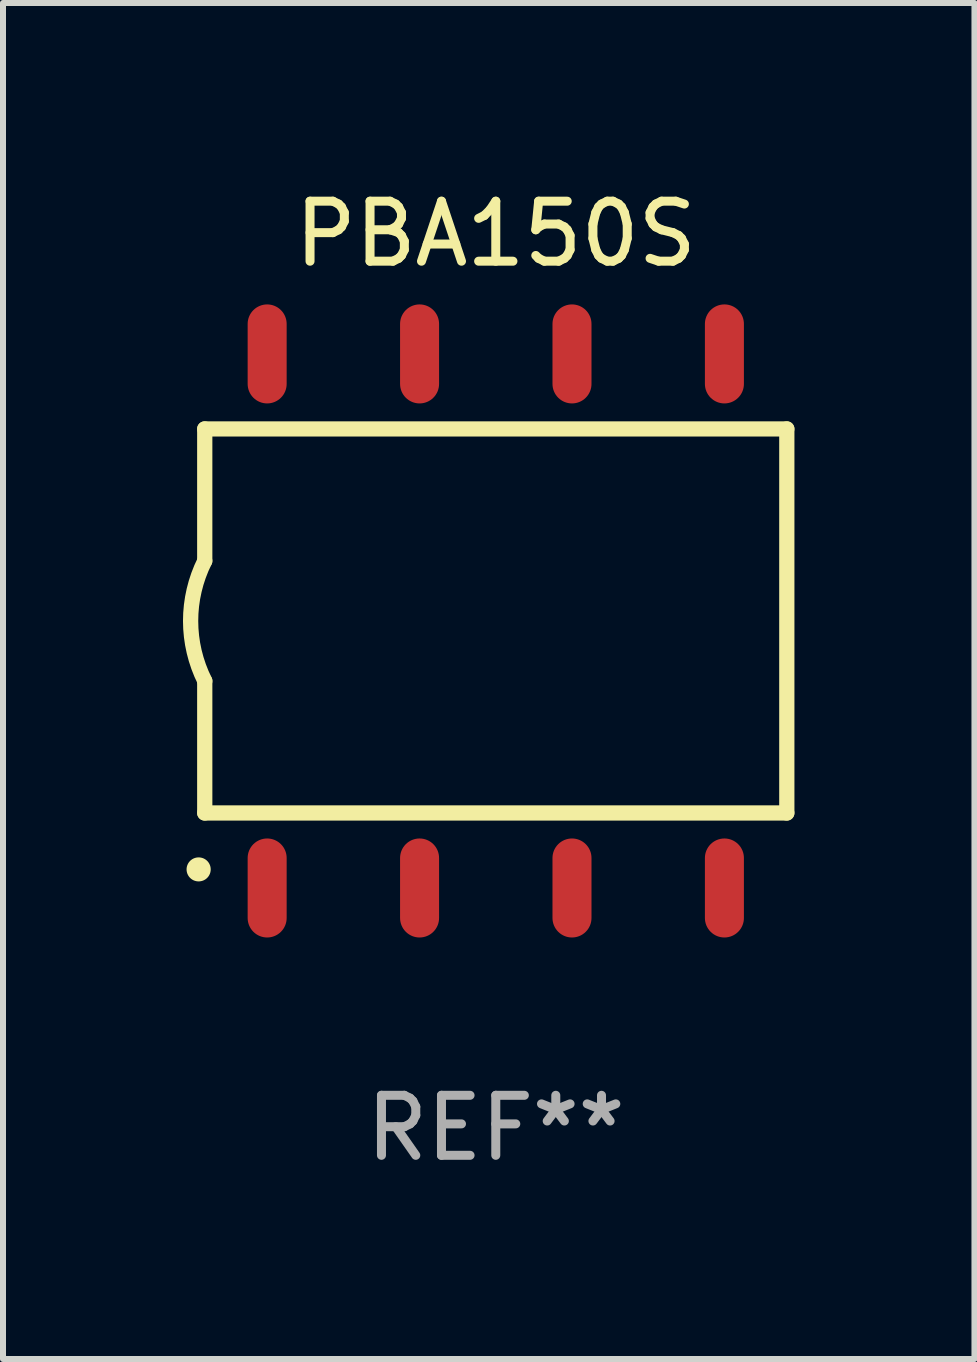
<source format=kicad_pcb>
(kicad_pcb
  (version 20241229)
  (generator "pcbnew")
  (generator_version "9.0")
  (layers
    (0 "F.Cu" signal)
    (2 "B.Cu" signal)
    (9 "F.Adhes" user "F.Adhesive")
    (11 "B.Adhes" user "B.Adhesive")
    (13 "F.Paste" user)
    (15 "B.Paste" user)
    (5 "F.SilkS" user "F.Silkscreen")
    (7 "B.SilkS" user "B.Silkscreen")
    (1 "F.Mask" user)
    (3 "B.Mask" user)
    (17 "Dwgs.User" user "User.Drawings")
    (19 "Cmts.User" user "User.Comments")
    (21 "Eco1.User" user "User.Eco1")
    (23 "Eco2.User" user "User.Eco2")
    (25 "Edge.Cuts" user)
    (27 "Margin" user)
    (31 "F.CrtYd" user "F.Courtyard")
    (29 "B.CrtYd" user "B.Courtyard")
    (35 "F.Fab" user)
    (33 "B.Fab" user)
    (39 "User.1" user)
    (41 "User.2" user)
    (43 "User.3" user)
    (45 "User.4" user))
  (footprint "PBA150S"
    (layer "F.Cu")
    (at 5.212 7.298)
    (property "Reference" "PBA150S" (at 0 -6.45 0) (layer "F.SilkS") (effects (font (size 1 1) (thickness 0.15))))
    (attr through_hole)
    (fp_line (start -4.85 -3.2) (end -4.85 -1) (stroke (width 0.254) (type solid)) (layer "F.SilkS"))
    (fp_line (start -4.85 -3.2) (end 4.85 -3.2) (stroke (width 0.254) (type solid)) (layer "F.SilkS"))
    (fp_line (start -4.85 3.2) (end -4.85 1) (stroke (width 0.254) (type solid)) (layer "F.SilkS"))
    (fp_line (start 4.85 -3.2) (end 4.85 3.2) (stroke (width 0.254) (type solid)) (layer "F.SilkS"))
    (fp_line (start 4.85 3.2) (end -4.85 3.2) (stroke (width 0.254) (type solid)) (layer "F.SilkS"))
    (fp_arc (start -4.95301 4.140208) (mid -4.95174 4.140204) (end -4.95047 4.140208) (stroke (width 0.4) (type solid)) (layer "F.SilkS"))
    (fp_arc (start -4.84887 1.000762) (mid -5.085418 0.000516) (end -4.850013 -1) (stroke (width 0.254001) (type solid)) (layer "F.SilkS"))
    (fp_text user "REF**" (at 0 8.45 0) (layer "F.Fab") (effects (font (size 1 1) (thickness 0.15))))
    (pad "1" smd oval (at -3.81 4.45) (size 0.65 1.65) (layers "F.Cu" "F.Mask" "F.Paste"))
    (pad "2" smd oval (at -1.27 4.45) (size 0.65 1.65) (layers "F.Cu" "F.Mask" "F.Paste"))
    (pad "3" smd oval (at 1.27 4.45) (size 0.65 1.65) (layers "F.Cu" "F.Mask" "F.Paste"))
    (pad "4" smd oval (at 3.81 4.45) (size 0.65 1.65) (layers "F.Cu" "F.Mask" "F.Paste"))
    (pad "5" smd oval (at 3.81 -4.45 180) (size 0.65 1.65) (layers "F.Cu" "F.Mask" "F.Paste"))
    (pad "6" smd oval (at 1.27 -4.45 180) (size 0.65 1.65) (layers "F.Cu" "F.Mask" "F.Paste"))
    (pad "7" smd oval (at -1.27 -4.45 180) (size 0.65 1.65) (layers "F.Cu" "F.Mask" "F.Paste"))
    (pad "8" smd oval (at -3.81 -4.45 180) (size 0.65 1.65) (layers "F.Cu" "F.Mask" "F.Paste")))
  (gr_rect
    (start -3 -3)
    (end 13.189 19.597)
    (stroke (width 0.1) (type default))
    (fill no)
    (layer "Edge.Cuts")))
</source>
